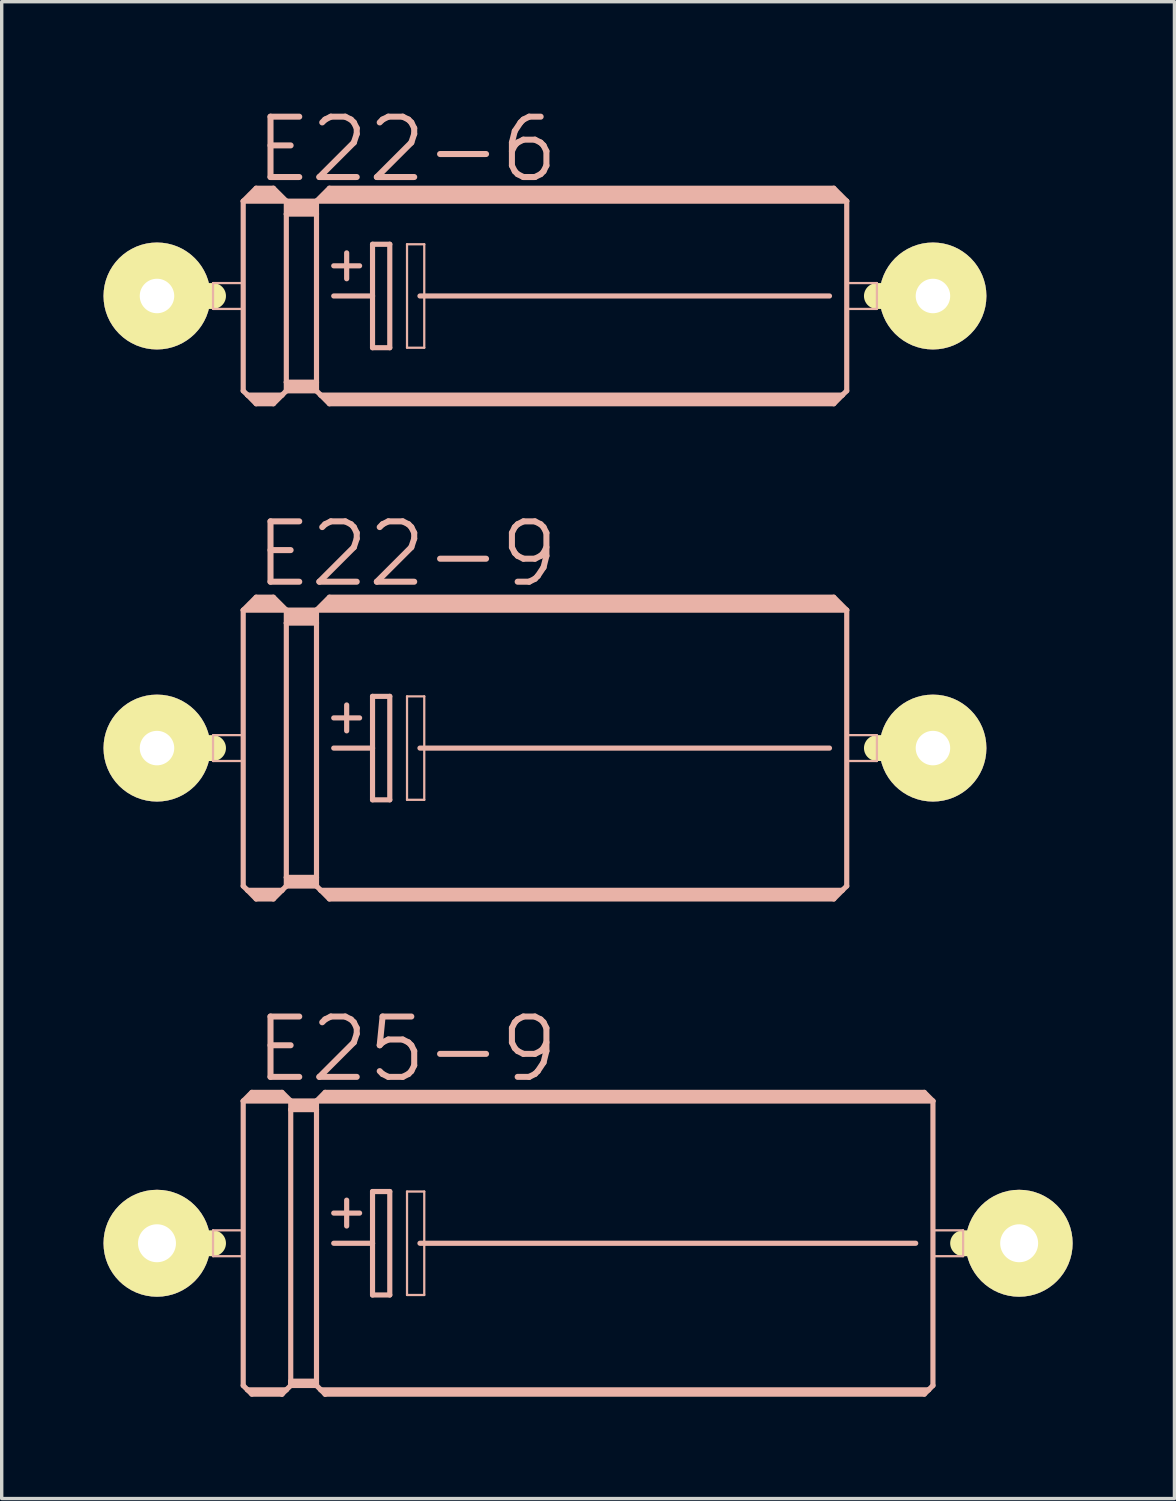
<source format=kicad_pcb>
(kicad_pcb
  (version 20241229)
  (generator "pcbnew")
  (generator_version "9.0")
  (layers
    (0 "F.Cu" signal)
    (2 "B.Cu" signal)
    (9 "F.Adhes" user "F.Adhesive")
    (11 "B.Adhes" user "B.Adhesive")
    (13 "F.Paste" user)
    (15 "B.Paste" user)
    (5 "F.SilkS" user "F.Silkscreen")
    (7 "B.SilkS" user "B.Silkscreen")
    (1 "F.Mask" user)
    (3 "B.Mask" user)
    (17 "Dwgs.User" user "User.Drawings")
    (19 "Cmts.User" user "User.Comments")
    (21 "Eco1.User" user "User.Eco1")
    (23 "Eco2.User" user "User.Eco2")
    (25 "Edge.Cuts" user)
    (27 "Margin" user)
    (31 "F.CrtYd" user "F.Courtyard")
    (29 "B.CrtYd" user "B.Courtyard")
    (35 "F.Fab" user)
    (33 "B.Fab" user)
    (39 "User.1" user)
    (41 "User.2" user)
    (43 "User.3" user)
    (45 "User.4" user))
  (footprint "E25-9"
    (layer "F.Cu")
    (at 14.275 33.577)
    (property "Reference" "E25-9" (at -5.334 -5.715 0) (layer "B.SilkS") (effects (font (size 1.778 1.778) (thickness 0.178))))
    (attr exclude_from_pos_files exclude_from_bom)
    (fp_line (start -12.7 0) (end -11.049 0) (stroke (width 0.762) (type solid)) (layer "F.SilkS"))
    (fp_line (start 12.7 0) (end 11.049 0) (stroke (width 0.762) (type solid)) (layer "F.SilkS"))
    (fp_line (start -11.049 -0.381) (end -10.16 -0.381) (stroke (width 0.066) (type solid)) (layer "B.SilkS"))
    (fp_line (start -11.049 0.381) (end -11.049 -0.381) (stroke (width 0.066) (type solid)) (layer "B.SilkS"))
    (fp_line (start -11.049 0.381) (end -10.16 0.381) (stroke (width 0.066) (type solid)) (layer "B.SilkS"))
    (fp_line (start -10.16 -4.191) (end -10.16 4.191) (stroke (width 0.152) (type solid)) (layer "B.SilkS"))
    (fp_line (start -10.16 -4.191) (end -9.906 -4.445) (stroke (width 0.152) (type solid)) (layer "B.SilkS"))
    (fp_line (start -10.16 -4.191) (end -8.76 -4.191) (stroke (width 0.152) (type solid)) (layer "B.SilkS"))
    (fp_line (start -10.16 0.381) (end -10.16 -0.381) (stroke (width 0.066) (type solid)) (layer "B.SilkS"))
    (fp_line (start -10.16 4.191) (end -10.033 4.318) (stroke (width 0.152) (type solid)) (layer "B.SilkS"))
    (fp_line (start -10.033 4.318) (end -9.906 4.445) (stroke (width 0.152) (type solid)) (layer "B.SilkS"))
    (fp_line (start -10.033 4.318) (end -8.89 4.318) (stroke (width 0.152) (type solid)) (layer "B.SilkS"))
    (fp_line (start -9.906 -4.445) (end -9.017 -4.445) (stroke (width 0.152) (type solid)) (layer "B.SilkS"))
    (fp_line (start -9.906 -4.318) (end -9.017 -4.318) (stroke (width 0.305) (type solid)) (layer "B.SilkS"))
    (fp_line (start -9.906 4.392) (end -9.017 4.392) (stroke (width 0.152) (type solid)) (layer "B.SilkS"))
    (fp_line (start -9.906 4.445) (end -9.017 4.445) (stroke (width 0.152) (type solid)) (layer "B.SilkS"))
    (fp_line (start -9.017 -4.445) (end -8.76 -4.191) (stroke (width 0.152) (type solid)) (layer "B.SilkS"))
    (fp_line (start -9.017 4.392) (end -9.017 4.445) (stroke (width 0.152) (type solid)) (layer "B.SilkS"))
    (fp_line (start -9.017 4.445) (end -8.89 4.318) (stroke (width 0.152) (type solid)) (layer "B.SilkS"))
    (fp_line (start -8.89 4.318) (end -8.76 4.191) (stroke (width 0.152) (type solid)) (layer "B.SilkS"))
    (fp_line (start -8.76 -4.191) (end -8.76 -3.937) (stroke (width 0.152) (type solid)) (layer "B.SilkS"))
    (fp_line (start -8.76 -3.937) (end -8.001 -3.937) (stroke (width 0.152) (type solid)) (layer "B.SilkS"))
    (fp_line (start -8.76 4.064) (end -8.76 -3.937) (stroke (width 0.152) (type solid)) (layer "B.SilkS"))
    (fp_line (start -8.76 4.064) (end -8.001 4.064) (stroke (width 0.152) (type solid)) (layer "B.SilkS"))
    (fp_line (start -8.76 4.14) (end -8.76 4.064) (stroke (width 0.152) (type solid)) (layer "B.SilkS"))
    (fp_line (start -8.76 4.14) (end -8.001 4.14) (stroke (width 0.152) (type solid)) (layer "B.SilkS"))
    (fp_line (start -8.76 4.191) (end -8.76 4.14) (stroke (width 0.152) (type solid)) (layer "B.SilkS"))
    (fp_line (start -8.636 -4.064) (end -8.128 -4.064) (stroke (width 0.305) (type solid)) (layer "B.SilkS"))
    (fp_line (start -8.001 -4.191) (end -8.76 -4.191) (stroke (width 0.152) (type solid)) (layer "B.SilkS"))
    (fp_line (start -8.001 -4.191) (end -8.001 -3.937) (stroke (width 0.152) (type solid)) (layer "B.SilkS"))
    (fp_line (start -8.001 -4.191) (end 10.16 -4.191) (stroke (width 0.152) (type solid)) (layer "B.SilkS"))
    (fp_line (start -8.001 4.064) (end -8.001 -3.937) (stroke (width 0.152) (type solid)) (layer "B.SilkS"))
    (fp_line (start -8.001 4.14) (end -8.001 4.064) (stroke (width 0.152) (type solid)) (layer "B.SilkS"))
    (fp_line (start -8.001 4.191) (end -8.76 4.191) (stroke (width 0.152) (type solid)) (layer "B.SilkS"))
    (fp_line (start -8.001 4.191) (end -8.001 4.14) (stroke (width 0.152) (type solid)) (layer "B.SilkS"))
    (fp_line (start -7.874 4.318) (end -8.001 4.191) (stroke (width 0.152) (type solid)) (layer "B.SilkS"))
    (fp_line (start -7.874 4.318) (end 10.033 4.318) (stroke (width 0.152) (type solid)) (layer "B.SilkS"))
    (fp_line (start -7.747 -4.445) (end -8.001 -4.191) (stroke (width 0.152) (type solid)) (layer "B.SilkS"))
    (fp_line (start -7.747 -4.445) (end 9.906 -4.445) (stroke (width 0.152) (type solid)) (layer "B.SilkS"))
    (fp_line (start -7.747 -4.318) (end 9.906 -4.318) (stroke (width 0.305) (type solid)) (layer "B.SilkS"))
    (fp_line (start -7.747 4.392) (end 9.906 4.392) (stroke (width 0.152) (type solid)) (layer "B.SilkS"))
    (fp_line (start -7.747 4.445) (end -7.874 4.318) (stroke (width 0.152) (type solid)) (layer "B.SilkS"))
    (fp_line (start -7.747 4.445) (end -7.747 4.392) (stroke (width 0.152) (type solid)) (layer "B.SilkS"))
    (fp_line (start -7.747 4.445) (end 9.906 4.445) (stroke (width 0.152) (type solid)) (layer "B.SilkS"))
    (fp_line (start -7.493 -0.889) (end -6.731 -0.889) (stroke (width 0.152) (type solid)) (layer "B.SilkS"))
    (fp_line (start -7.493 0) (end -6.35 0) (stroke (width 0.152) (type solid)) (layer "B.SilkS"))
    (fp_line (start -7.112 -1.27) (end -7.112 -0.508) (stroke (width 0.152) (type solid)) (layer "B.SilkS"))
    (fp_line (start -6.35 -1.524) (end -6.35 0) (stroke (width 0.152) (type solid)) (layer "B.SilkS"))
    (fp_line (start -6.35 0) (end -6.35 1.524) (stroke (width 0.152) (type solid)) (layer "B.SilkS"))
    (fp_line (start -6.35 1.524) (end -5.842 1.524) (stroke (width 0.152) (type solid)) (layer "B.SilkS"))
    (fp_line (start -5.842 -1.524) (end -6.35 -1.524) (stroke (width 0.152) (type solid)) (layer "B.SilkS"))
    (fp_line (start -5.842 1.524) (end -5.842 -1.524) (stroke (width 0.152) (type solid)) (layer "B.SilkS"))
    (fp_line (start -5.334 -1.524) (end -4.826 -1.524) (stroke (width 0.066) (type solid)) (layer "B.SilkS"))
    (fp_line (start -5.334 1.524) (end -5.334 -1.524) (stroke (width 0.066) (type solid)) (layer "B.SilkS"))
    (fp_line (start -5.334 1.524) (end -4.826 1.524) (stroke (width 0.066) (type solid)) (layer "B.SilkS"))
    (fp_line (start -4.953 0) (end 9.652 0) (stroke (width 0.152) (type solid)) (layer "B.SilkS"))
    (fp_line (start -4.826 1.524) (end -4.826 -1.524) (stroke (width 0.066) (type solid)) (layer "B.SilkS"))
    (fp_line (start 9.906 -4.445) (end 10.16 -4.191) (stroke (width 0.152) (type solid)) (layer "B.SilkS"))
    (fp_line (start 9.906 4.445) (end 10.033 4.318) (stroke (width 0.152) (type solid)) (layer "B.SilkS"))
    (fp_line (start 10.033 4.318) (end 10.16 4.191) (stroke (width 0.152) (type solid)) (layer "B.SilkS"))
    (fp_line (start 10.16 -0.381) (end 11.049 -0.381) (stroke (width 0.066) (type solid)) (layer "B.SilkS"))
    (fp_line (start 10.16 0.381) (end 10.16 -0.381) (stroke (width 0.066) (type solid)) (layer "B.SilkS"))
    (fp_line (start 10.16 0.381) (end 11.049 0.381) (stroke (width 0.066) (type solid)) (layer "B.SilkS"))
    (fp_line (start 10.16 4.191) (end 10.16 -4.191) (stroke (width 0.152) (type solid)) (layer "B.SilkS"))
    (fp_line (start 11.049 0.381) (end 11.049 -0.381) (stroke (width 0.066) (type solid)) (layer "B.SilkS"))
    (pad "+" thru_hole circle (at -12.7 0) (size 3.15 3.15) (drill 1.118) (layers "*.Cu" "F.Mask" "F.SilkS" "F.Paste"))
    (pad "-" thru_hole circle (at 12.7 0) (size 3.15 3.15) (drill 1.118) (layers "*.Cu" "F.Mask" "F.SilkS" "F.Paste")))
  (footprint "E22-9"
    (layer "F.Cu")
    (at 13.005 18.989)
    (property "Reference" "E22-9" (at -4.064 -5.715 0) (layer "B.SilkS") (effects (font (size 1.778 1.778) (thickness 0.178))))
    (attr exclude_from_pos_files exclude_from_bom)
    (fp_line (start -11.43 0) (end -9.779 0) (stroke (width 0.762) (type solid)) (layer "F.SilkS"))
    (fp_line (start 11.43 0) (end 9.779 0) (stroke (width 0.762) (type solid)) (layer "F.SilkS"))
    (fp_line (start -9.779 -0.381) (end -8.89 -0.381) (stroke (width 0.066) (type solid)) (layer "B.SilkS"))
    (fp_line (start -9.779 0.381) (end -9.779 -0.381) (stroke (width 0.066) (type solid)) (layer "B.SilkS"))
    (fp_line (start -9.779 0.381) (end -8.89 0.381) (stroke (width 0.066) (type solid)) (layer "B.SilkS"))
    (fp_line (start -8.89 -4.064) (end -8.89 4.064) (stroke (width 0.152) (type solid)) (layer "B.SilkS"))
    (fp_line (start -8.89 -4.064) (end -8.509 -4.445) (stroke (width 0.152) (type solid)) (layer "B.SilkS"))
    (fp_line (start -8.89 -4.064) (end -7.62 -4.064) (stroke (width 0.152) (type solid)) (layer "B.SilkS"))
    (fp_line (start -8.89 0.381) (end -8.89 -0.381) (stroke (width 0.066) (type solid)) (layer "B.SilkS"))
    (fp_line (start -8.89 4.064) (end -8.76 4.191) (stroke (width 0.152) (type solid)) (layer "B.SilkS"))
    (fp_line (start -8.76 4.191) (end -8.509 4.445) (stroke (width 0.152) (type solid)) (layer "B.SilkS"))
    (fp_line (start -8.76 4.191) (end -7.747 4.191) (stroke (width 0.152) (type solid)) (layer "B.SilkS"))
    (fp_line (start -8.636 -4.191) (end -7.874 -4.191) (stroke (width 0.305) (type solid)) (layer "B.SilkS"))
    (fp_line (start -8.509 -4.445) (end -8.001 -4.445) (stroke (width 0.152) (type solid)) (layer "B.SilkS"))
    (fp_line (start -8.509 -4.318) (end -8.001 -4.318) (stroke (width 0.305) (type solid)) (layer "B.SilkS"))
    (fp_line (start -8.509 4.318) (end -8.001 4.318) (stroke (width 0.254) (type solid)) (layer "B.SilkS"))
    (fp_line (start -8.509 4.445) (end -8.001 4.445) (stroke (width 0.152) (type solid)) (layer "B.SilkS"))
    (fp_line (start -7.747 4.191) (end -8.001 4.445) (stroke (width 0.152) (type solid)) (layer "B.SilkS"))
    (fp_line (start -7.62 -4.064) (end -8.001 -4.445) (stroke (width 0.152) (type solid)) (layer "B.SilkS"))
    (fp_line (start -7.62 -4.064) (end -7.62 -3.683) (stroke (width 0.152) (type solid)) (layer "B.SilkS"))
    (fp_line (start -7.62 -4.064) (end -6.731 -4.064) (stroke (width 0.152) (type solid)) (layer "B.SilkS"))
    (fp_line (start -7.62 -3.683) (end -6.731 -3.683) (stroke (width 0.152) (type solid)) (layer "B.SilkS"))
    (fp_line (start -7.62 3.81) (end -7.62 -3.683) (stroke (width 0.152) (type solid)) (layer "B.SilkS"))
    (fp_line (start -7.62 3.81) (end -6.731 3.81) (stroke (width 0.152) (type solid)) (layer "B.SilkS"))
    (fp_line (start -7.62 4.064) (end -7.747 4.191) (stroke (width 0.152) (type solid)) (layer "B.SilkS"))
    (fp_line (start -7.62 4.064) (end -7.62 3.81) (stroke (width 0.152) (type solid)) (layer "B.SilkS"))
    (fp_line (start -7.62 4.064) (end -6.731 4.064) (stroke (width 0.152) (type solid)) (layer "B.SilkS"))
    (fp_line (start -7.493 -3.937) (end -6.858 -3.937) (stroke (width 0.305) (type solid)) (layer "B.SilkS"))
    (fp_line (start -7.493 -3.81) (end -6.858 -3.81) (stroke (width 0.305) (type solid)) (layer "B.SilkS"))
    (fp_line (start -7.493 3.937) (end -6.858 3.937) (stroke (width 0.254) (type solid)) (layer "B.SilkS"))
    (fp_line (start -6.731 -4.064) (end -6.731 -3.683) (stroke (width 0.152) (type solid)) (layer "B.SilkS"))
    (fp_line (start -6.731 -4.064) (end 8.89 -4.064) (stroke (width 0.152) (type solid)) (layer "B.SilkS"))
    (fp_line (start -6.731 -3.683) (end -6.731 3.81) (stroke (width 0.152) (type solid)) (layer "B.SilkS"))
    (fp_line (start -6.731 3.81) (end -6.731 4.064) (stroke (width 0.152) (type solid)) (layer "B.SilkS"))
    (fp_line (start -6.604 4.191) (end -6.731 4.064) (stroke (width 0.152) (type solid)) (layer "B.SilkS"))
    (fp_line (start -6.604 4.191) (end 8.76 4.191) (stroke (width 0.152) (type solid)) (layer "B.SilkS"))
    (fp_line (start -6.477 -4.191) (end 8.636 -4.191) (stroke (width 0.305) (type solid)) (layer "B.SilkS"))
    (fp_line (start -6.35 -4.445) (end -6.731 -4.064) (stroke (width 0.152) (type solid)) (layer "B.SilkS"))
    (fp_line (start -6.35 -4.445) (end 8.509 -4.445) (stroke (width 0.152) (type solid)) (layer "B.SilkS"))
    (fp_line (start -6.35 -4.318) (end 8.509 -4.318) (stroke (width 0.305) (type solid)) (layer "B.SilkS"))
    (fp_line (start -6.35 4.318) (end 8.509 4.318) (stroke (width 0.254) (type solid)) (layer "B.SilkS"))
    (fp_line (start -6.35 4.445) (end -6.604 4.191) (stroke (width 0.152) (type solid)) (layer "B.SilkS"))
    (fp_line (start -6.35 4.445) (end 8.509 4.445) (stroke (width 0.152) (type solid)) (layer "B.SilkS"))
    (fp_line (start -6.223 -0.889) (end -5.461 -0.889) (stroke (width 0.152) (type solid)) (layer "B.SilkS"))
    (fp_line (start -6.223 0) (end -5.08 0) (stroke (width 0.152) (type solid)) (layer "B.SilkS"))
    (fp_line (start -5.842 -1.27) (end -5.842 -0.508) (stroke (width 0.152) (type solid)) (layer "B.SilkS"))
    (fp_line (start -5.08 -1.524) (end -5.08 0) (stroke (width 0.152) (type solid)) (layer "B.SilkS"))
    (fp_line (start -5.08 0) (end -5.08 1.524) (stroke (width 0.152) (type solid)) (layer "B.SilkS"))
    (fp_line (start -5.08 1.524) (end -4.572 1.524) (stroke (width 0.152) (type solid)) (layer "B.SilkS"))
    (fp_line (start -4.572 -1.524) (end -5.08 -1.524) (stroke (width 0.152) (type solid)) (layer "B.SilkS"))
    (fp_line (start -4.572 1.524) (end -4.572 -1.524) (stroke (width 0.152) (type solid)) (layer "B.SilkS"))
    (fp_line (start -4.064 -1.524) (end -3.556 -1.524) (stroke (width 0.066) (type solid)) (layer "B.SilkS"))
    (fp_line (start -4.064 1.524) (end -4.064 -1.524) (stroke (width 0.066) (type solid)) (layer "B.SilkS"))
    (fp_line (start -4.064 1.524) (end -3.556 1.524) (stroke (width 0.066) (type solid)) (layer "B.SilkS"))
    (fp_line (start -3.683 0) (end 8.382 0) (stroke (width 0.152) (type solid)) (layer "B.SilkS"))
    (fp_line (start -3.556 1.524) (end -3.556 -1.524) (stroke (width 0.066) (type solid)) (layer "B.SilkS"))
    (fp_line (start 8.509 -4.445) (end 8.89 -4.064) (stroke (width 0.152) (type solid)) (layer "B.SilkS"))
    (fp_line (start 8.509 4.445) (end 8.76 4.191) (stroke (width 0.152) (type solid)) (layer "B.SilkS"))
    (fp_line (start 8.76 4.191) (end 8.89 4.064) (stroke (width 0.152) (type solid)) (layer "B.SilkS"))
    (fp_line (start 8.89 -4.064) (end 8.89 4.064) (stroke (width 0.152) (type solid)) (layer "B.SilkS"))
    (fp_line (start 8.89 -0.381) (end 9.779 -0.381) (stroke (width 0.066) (type solid)) (layer "B.SilkS"))
    (fp_line (start 8.89 0.381) (end 8.89 -0.381) (stroke (width 0.066) (type solid)) (layer "B.SilkS"))
    (fp_line (start 8.89 0.381) (end 9.779 0.381) (stroke (width 0.066) (type solid)) (layer "B.SilkS"))
    (fp_line (start 9.779 0.381) (end 9.779 -0.381) (stroke (width 0.066) (type solid)) (layer "B.SilkS"))
    (pad "+" thru_hole circle (at -11.43 0) (size 3.15 3.15) (drill 1.016) (layers "*.Cu" "F.Mask" "F.SilkS" "F.Paste"))
    (pad "-" thru_hole circle (at 11.43 0) (size 3.15 3.15) (drill 1.016) (layers "*.Cu" "F.Mask" "F.SilkS" "F.Paste")))
  (footprint "E22-6"
    (layer "F.Cu")
    (at 13.005 5.67)
    (property "Reference" "E22-6" (at -4.064 -4.318 0) (layer "B.SilkS") (effects (font (size 1.778 1.778) (thickness 0.178))))
    (attr exclude_from_pos_files exclude_from_bom)
    (fp_line (start -11.43 0) (end -9.779 0) (stroke (width 0.762) (type solid)) (layer "F.SilkS"))
    (fp_line (start 11.43 0) (end 9.779 0) (stroke (width 0.762) (type solid)) (layer "F.SilkS"))
    (fp_line (start -9.779 -0.381) (end -8.89 -0.381) (stroke (width 0.066) (type solid)) (layer "B.SilkS"))
    (fp_line (start -9.779 0.381) (end -9.779 -0.381) (stroke (width 0.066) (type solid)) (layer "B.SilkS"))
    (fp_line (start -9.779 0.381) (end -8.89 0.381) (stroke (width 0.066) (type solid)) (layer "B.SilkS"))
    (fp_line (start -8.89 -2.794) (end -8.89 2.794) (stroke (width 0.152) (type solid)) (layer "B.SilkS"))
    (fp_line (start -8.89 -2.794) (end -8.509 -3.175) (stroke (width 0.152) (type solid)) (layer "B.SilkS"))
    (fp_line (start -8.89 -2.794) (end -7.62 -2.794) (stroke (width 0.152) (type solid)) (layer "B.SilkS"))
    (fp_line (start -8.89 0.381) (end -8.89 -0.381) (stroke (width 0.066) (type solid)) (layer "B.SilkS"))
    (fp_line (start -8.89 2.794) (end -8.76 2.921) (stroke (width 0.152) (type solid)) (layer "B.SilkS"))
    (fp_line (start -8.76 2.921) (end -8.509 3.175) (stroke (width 0.152) (type solid)) (layer "B.SilkS"))
    (fp_line (start -8.76 2.921) (end -7.747 2.921) (stroke (width 0.152) (type solid)) (layer "B.SilkS"))
    (fp_line (start -8.636 -2.921) (end -7.874 -2.921) (stroke (width 0.305) (type solid)) (layer "B.SilkS"))
    (fp_line (start -8.509 -3.175) (end -8.001 -3.175) (stroke (width 0.152) (type solid)) (layer "B.SilkS"))
    (fp_line (start -8.509 -3.048) (end -8.001 -3.048) (stroke (width 0.305) (type solid)) (layer "B.SilkS"))
    (fp_line (start -8.509 3.048) (end -8.001 3.048) (stroke (width 0.254) (type solid)) (layer "B.SilkS"))
    (fp_line (start -8.509 3.175) (end -8.001 3.175) (stroke (width 0.152) (type solid)) (layer "B.SilkS"))
    (fp_line (start -7.747 2.921) (end -8.001 3.175) (stroke (width 0.152) (type solid)) (layer "B.SilkS"))
    (fp_line (start -7.62 -2.794) (end -8.001 -3.175) (stroke (width 0.152) (type solid)) (layer "B.SilkS"))
    (fp_line (start -7.62 -2.794) (end -7.62 -2.413) (stroke (width 0.152) (type solid)) (layer "B.SilkS"))
    (fp_line (start -7.62 -2.794) (end -6.731 -2.794) (stroke (width 0.152) (type solid)) (layer "B.SilkS"))
    (fp_line (start -7.62 -2.413) (end -6.731 -2.413) (stroke (width 0.152) (type solid)) (layer "B.SilkS"))
    (fp_line (start -7.62 2.54) (end -7.62 -2.413) (stroke (width 0.152) (type solid)) (layer "B.SilkS"))
    (fp_line (start -7.62 2.54) (end -6.731 2.54) (stroke (width 0.152) (type solid)) (layer "B.SilkS"))
    (fp_line (start -7.62 2.794) (end -7.747 2.921) (stroke (width 0.152) (type solid)) (layer "B.SilkS"))
    (fp_line (start -7.62 2.794) (end -7.62 2.54) (stroke (width 0.152) (type solid)) (layer "B.SilkS"))
    (fp_line (start -7.62 2.794) (end -6.731 2.794) (stroke (width 0.152) (type solid)) (layer "B.SilkS"))
    (fp_line (start -7.493 -2.667) (end -6.858 -2.667) (stroke (width 0.305) (type solid)) (layer "B.SilkS"))
    (fp_line (start -7.493 -2.54) (end -6.858 -2.54) (stroke (width 0.305) (type solid)) (layer "B.SilkS"))
    (fp_line (start -7.493 2.667) (end -6.858 2.667) (stroke (width 0.254) (type solid)) (layer "B.SilkS"))
    (fp_line (start -6.731 -2.794) (end -6.731 -2.413) (stroke (width 0.152) (type solid)) (layer "B.SilkS"))
    (fp_line (start -6.731 -2.794) (end 8.89 -2.794) (stroke (width 0.152) (type solid)) (layer "B.SilkS"))
    (fp_line (start -6.731 -2.413) (end -6.731 2.54) (stroke (width 0.152) (type solid)) (layer "B.SilkS"))
    (fp_line (start -6.731 2.54) (end -6.731 2.794) (stroke (width 0.152) (type solid)) (layer "B.SilkS"))
    (fp_line (start -6.604 2.921) (end -6.731 2.794) (stroke (width 0.152) (type solid)) (layer "B.SilkS"))
    (fp_line (start -6.604 2.921) (end 8.76 2.921) (stroke (width 0.152) (type solid)) (layer "B.SilkS"))
    (fp_line (start -6.477 -2.921) (end 8.636 -2.921) (stroke (width 0.305) (type solid)) (layer "B.SilkS"))
    (fp_line (start -6.35 -3.175) (end -6.731 -2.794) (stroke (width 0.152) (type solid)) (layer "B.SilkS"))
    (fp_line (start -6.35 -3.175) (end 8.509 -3.175) (stroke (width 0.152) (type solid)) (layer "B.SilkS"))
    (fp_line (start -6.35 -3.048) (end 8.509 -3.048) (stroke (width 0.305) (type solid)) (layer "B.SilkS"))
    (fp_line (start -6.35 3.048) (end 8.509 3.048) (stroke (width 0.254) (type solid)) (layer "B.SilkS"))
    (fp_line (start -6.35 3.175) (end -6.604 2.921) (stroke (width 0.152) (type solid)) (layer "B.SilkS"))
    (fp_line (start -6.35 3.175) (end 8.509 3.175) (stroke (width 0.152) (type solid)) (layer "B.SilkS"))
    (fp_line (start -6.223 -0.889) (end -5.461 -0.889) (stroke (width 0.152) (type solid)) (layer "B.SilkS"))
    (fp_line (start -6.223 0) (end -5.08 0) (stroke (width 0.152) (type solid)) (layer "B.SilkS"))
    (fp_line (start -5.842 -1.27) (end -5.842 -0.508) (stroke (width 0.152) (type solid)) (layer "B.SilkS"))
    (fp_line (start -5.08 -1.524) (end -5.08 0) (stroke (width 0.152) (type solid)) (layer "B.SilkS"))
    (fp_line (start -5.08 0) (end -5.08 1.524) (stroke (width 0.152) (type solid)) (layer "B.SilkS"))
    (fp_line (start -5.08 1.524) (end -4.572 1.524) (stroke (width 0.152) (type solid)) (layer "B.SilkS"))
    (fp_line (start -4.572 -1.524) (end -5.08 -1.524) (stroke (width 0.152) (type solid)) (layer "B.SilkS"))
    (fp_line (start -4.572 1.524) (end -4.572 -1.524) (stroke (width 0.152) (type solid)) (layer "B.SilkS"))
    (fp_line (start -4.064 -1.524) (end -3.556 -1.524) (stroke (width 0.066) (type solid)) (layer "B.SilkS"))
    (fp_line (start -4.064 1.524) (end -4.064 -1.524) (stroke (width 0.066) (type solid)) (layer "B.SilkS"))
    (fp_line (start -4.064 1.524) (end -3.556 1.524) (stroke (width 0.066) (type solid)) (layer "B.SilkS"))
    (fp_line (start -3.683 0) (end 8.382 0) (stroke (width 0.152) (type solid)) (layer "B.SilkS"))
    (fp_line (start -3.556 1.524) (end -3.556 -1.524) (stroke (width 0.066) (type solid)) (layer "B.SilkS"))
    (fp_line (start 8.509 -3.175) (end 8.89 -2.794) (stroke (width 0.152) (type solid)) (layer "B.SilkS"))
    (fp_line (start 8.509 3.175) (end 8.76 2.921) (stroke (width 0.152) (type solid)) (layer "B.SilkS"))
    (fp_line (start 8.76 2.921) (end 8.89 2.794) (stroke (width 0.152) (type solid)) (layer "B.SilkS"))
    (fp_line (start 8.89 -2.794) (end 8.89 2.794) (stroke (width 0.152) (type solid)) (layer "B.SilkS"))
    (fp_line (start 8.89 -0.381) (end 9.779 -0.381) (stroke (width 0.066) (type solid)) (layer "B.SilkS"))
    (fp_line (start 8.89 0.381) (end 8.89 -0.381) (stroke (width 0.066) (type solid)) (layer "B.SilkS"))
    (fp_line (start 8.89 0.381) (end 9.779 0.381) (stroke (width 0.066) (type solid)) (layer "B.SilkS"))
    (fp_line (start 9.779 0.381) (end 9.779 -0.381) (stroke (width 0.066) (type solid)) (layer "B.SilkS"))
    (pad "+" thru_hole circle (at -11.43 0) (size 3.15 3.15) (drill 1.016) (layers "*.Cu" "F.Mask" "F.SilkS" "F.Paste"))
    (pad "-" thru_hole circle (at 11.43 0) (size 3.15 3.15) (drill 1.016) (layers "*.Cu" "F.Mask" "F.SilkS" "F.Paste")))
  (gr_rect
    (start -3 -3)
    (end 31.55 41.098)
    (stroke (width 0.1) (type default))
    (fill no)
    (layer "Edge.Cuts")))
</source>
